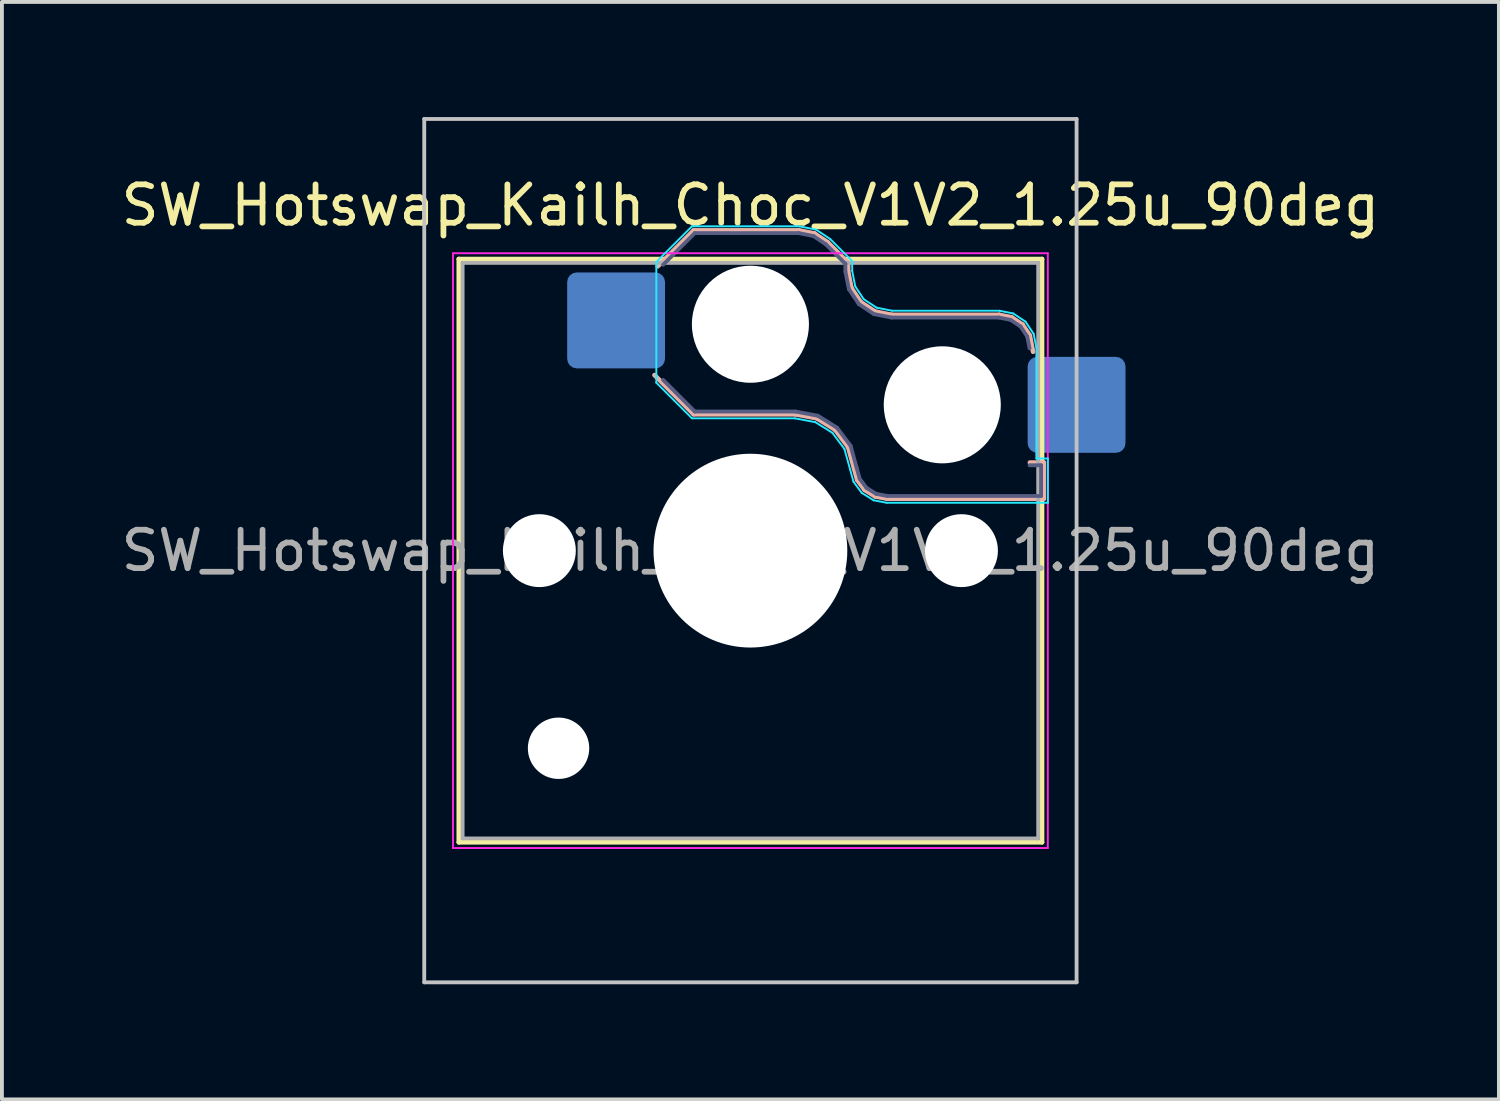
<source format=kicad_pcb>
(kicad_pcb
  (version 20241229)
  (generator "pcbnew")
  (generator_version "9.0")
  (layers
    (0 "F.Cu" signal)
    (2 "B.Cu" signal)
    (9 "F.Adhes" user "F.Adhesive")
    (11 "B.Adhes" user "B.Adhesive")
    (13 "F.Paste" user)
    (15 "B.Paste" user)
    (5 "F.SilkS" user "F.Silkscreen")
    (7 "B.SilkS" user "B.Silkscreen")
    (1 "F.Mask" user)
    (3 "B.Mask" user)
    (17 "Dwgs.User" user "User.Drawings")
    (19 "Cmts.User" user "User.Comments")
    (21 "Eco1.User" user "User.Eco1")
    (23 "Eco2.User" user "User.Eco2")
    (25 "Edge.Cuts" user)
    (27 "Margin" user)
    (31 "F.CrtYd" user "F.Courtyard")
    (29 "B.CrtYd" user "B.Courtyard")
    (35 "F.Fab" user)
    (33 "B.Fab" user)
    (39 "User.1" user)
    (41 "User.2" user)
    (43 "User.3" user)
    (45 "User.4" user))
  (footprint "SW_Hotswap_Kailh_Choc_V1V2_1.25u_90deg"
    (layer "F.Cu")
    (at 16.506 11.3)
    (property "Reference" "SW_Hotswap_Kailh_Choc_V1V2_1.25u_90deg" (at 0 -9 0) (layer "F.SilkS") (effects (font (size 1 1) (thickness 0.15))))
    (attr smd)
    (fp_line (start -7.6 -7.6) (end -7.6 7.6) (stroke (width 0.12) (type solid)) (layer "F.SilkS"))
    (fp_line (start -7.6 7.6) (end 7.6 7.6) (stroke (width 0.12) (type solid)) (layer "F.SilkS"))
    (fp_line (start 7.6 -7.6) (end -7.6 -7.6) (stroke (width 0.12) (type solid)) (layer "F.SilkS"))
    (fp_line (start 7.6 7.6) (end 7.6 -7.6) (stroke (width 0.12) (type solid)) (layer "F.SilkS"))
    (fp_line (start -2.416 -7.409) (end -1.479 -8.346) (stroke (width 0.12) (type solid)) (layer "B.SilkS"))
    (fp_line (start -1.479 -8.346) (end 1.268 -8.346) (stroke (width 0.12) (type solid)) (layer "B.SilkS"))
    (fp_line (start -1.479 -3.554) (end -2.5 -4.575) (stroke (width 0.12) (type solid)) (layer "B.SilkS"))
    (fp_line (start 1.168 -3.554) (end -1.479 -3.554) (stroke (width 0.12) (type solid)) (layer "B.SilkS"))
    (fp_line (start 1.268 -8.346) (end 1.671 -8.266) (stroke (width 0.12) (type solid)) (layer "B.SilkS"))
    (fp_line (start 1.671 -8.266) (end 2.013 -8.037) (stroke (width 0.12) (type solid)) (layer "B.SilkS"))
    (fp_line (start 1.73 -3.449) (end 1.168 -3.554) (stroke (width 0.12) (type solid)) (layer "B.SilkS"))
    (fp_line (start 2.013 -8.037) (end 2.546 -7.504) (stroke (width 0.12) (type solid)) (layer "B.SilkS"))
    (fp_line (start 2.209 -3.15) (end 1.73 -3.449) (stroke (width 0.12) (type solid)) (layer "B.SilkS"))
    (fp_line (start 2.546 -7.504) (end 2.546 -7.282) (stroke (width 0.12) (type solid)) (layer "B.SilkS"))
    (fp_line (start 2.546 -7.282) (end 2.633 -6.844) (stroke (width 0.12) (type solid)) (layer "B.SilkS"))
    (fp_line (start 2.547 -2.697) (end 2.209 -3.15) (stroke (width 0.12) (type solid)) (layer "B.SilkS"))
    (fp_line (start 2.633 -6.844) (end 2.877 -6.477) (stroke (width 0.12) (type solid)) (layer "B.SilkS"))
    (fp_line (start 2.701 -2.139) (end 2.547 -2.697) (stroke (width 0.12) (type solid)) (layer "B.SilkS"))
    (fp_line (start 2.783 -1.841) (end 2.701 -2.139) (stroke (width 0.12) (type solid)) (layer "B.SilkS"))
    (fp_line (start 2.877 -6.477) (end 3.244 -6.233) (stroke (width 0.12) (type solid)) (layer "B.SilkS"))
    (fp_line (start 2.976 -1.583) (end 2.783 -1.841) (stroke (width 0.12) (type solid)) (layer "B.SilkS"))
    (fp_line (start 3.244 -6.233) (end 3.682 -6.146) (stroke (width 0.12) (type solid)) (layer "B.SilkS"))
    (fp_line (start 3.25 -1.413) (end 2.976 -1.583) (stroke (width 0.12) (type solid)) (layer "B.SilkS"))
    (fp_line (start 3.56 -1.354) (end 3.25 -1.413) (stroke (width 0.12) (type solid)) (layer "B.SilkS"))
    (fp_line (start 3.682 -6.146) (end 6.482 -6.146) (stroke (width 0.12) (type solid)) (layer "B.SilkS"))
    (fp_line (start 6.482 -6.146) (end 6.809 -6.081) (stroke (width 0.12) (type solid)) (layer "B.SilkS"))
    (fp_line (start 6.809 -6.081) (end 7.092 -5.892) (stroke (width 0.12) (type solid)) (layer "B.SilkS"))
    (fp_line (start 7.092 -5.892) (end 7.281 -5.609) (stroke (width 0.12) (type solid)) (layer "B.SilkS"))
    (fp_line (start 7.281 -5.609) (end 7.366 -5.182) (stroke (width 0.12) (type solid)) (layer "B.SilkS"))
    (fp_line (start 7.283 -2.296) (end 7.646 -2.296) (stroke (width 0.12) (type solid)) (layer "B.SilkS"))
    (fp_line (start 7.646 -2.296) (end 7.646 -1.354) (stroke (width 0.12) (type solid)) (layer "B.SilkS"))
    (fp_line (start 7.646 -1.354) (end 3.56 -1.354) (stroke (width 0.12) (type solid)) (layer "B.SilkS"))
    (fp_line (start -8.5 -11.25) (end 8.5 -11.25) (stroke (width 0.1) (type solid)) (layer "Dwgs.User"))
    (fp_line (start -8.5 11.25) (end -8.5 -11.25) (stroke (width 0.1) (type solid)) (layer "Dwgs.User"))
    (fp_line (start 8.5 -11.25) (end 8.5 11.25) (stroke (width 0.1) (type solid)) (layer "Dwgs.User"))
    (fp_line (start 8.5 11.25) (end -8.5 11.25) (stroke (width 0.1) (type solid)) (layer "Dwgs.User"))
    (fp_line (start -7.25 -7.25) (end -7.25 7.25) (stroke (width 0.1) (type solid)) (layer "Eco1.User"))
    (fp_line (start -7.25 7.25) (end 7.25 7.25) (stroke (width 0.1) (type solid)) (layer "Eco1.User"))
    (fp_line (start 7.25 -7.25) (end -7.25 -7.25) (stroke (width 0.1) (type solid)) (layer "Eco1.User"))
    (fp_line (start 7.25 7.25) (end 7.25 -7.25) (stroke (width 0.1) (type solid)) (layer "Eco1.User"))
    (fp_line (start -2.452 -7.523) (end -1.523 -8.452) (stroke (width 0.05) (type solid)) (layer "B.CrtYd"))
    (fp_line (start -2.452 -4.377) (end -2.452 -7.523) (stroke (width 0.05) (type solid)) (layer "B.CrtYd"))
    (fp_line (start -1.523 -8.452) (end 1.278 -8.452) (stroke (width 0.05) (type solid)) (layer "B.CrtYd"))
    (fp_line (start -1.523 -3.448) (end -2.452 -4.377) (stroke (width 0.05) (type solid)) (layer "B.CrtYd"))
    (fp_line (start 1.159 -3.448) (end -1.523 -3.448) (stroke (width 0.05) (type solid)) (layer "B.CrtYd"))
    (fp_line (start 1.278 -8.452) (end 1.712 -8.366) (stroke (width 0.05) (type solid)) (layer "B.CrtYd"))
    (fp_line (start 1.691 -3.348) (end 1.159 -3.448) (stroke (width 0.05) (type solid)) (layer "B.CrtYd"))
    (fp_line (start 1.712 -8.366) (end 2.081 -8.119) (stroke (width 0.05) (type solid)) (layer "B.CrtYd"))
    (fp_line (start 2.081 -8.119) (end 2.652 -7.548) (stroke (width 0.05) (type solid)) (layer "B.CrtYd"))
    (fp_line (start 2.136 -3.071) (end 1.691 -3.348) (stroke (width 0.05) (type solid)) (layer "B.CrtYd"))
    (fp_line (start 2.45 -2.65) (end 2.136 -3.071) (stroke (width 0.05) (type solid)) (layer "B.CrtYd"))
    (fp_line (start 2.599 -2.111) (end 2.45 -2.65) (stroke (width 0.05) (type solid)) (layer "B.CrtYd"))
    (fp_line (start 2.652 -7.548) (end 2.652 -7.292) (stroke (width 0.05) (type solid)) (layer "B.CrtYd"))
    (fp_line (start 2.652 -7.292) (end 2.733 -6.885) (stroke (width 0.05) (type solid)) (layer "B.CrtYd"))
    (fp_line (start 2.687 -1.794) (end 2.599 -2.111) (stroke (width 0.05) (type solid)) (layer "B.CrtYd"))
    (fp_line (start 2.733 -6.885) (end 2.953 -6.553) (stroke (width 0.05) (type solid)) (layer "B.CrtYd"))
    (fp_line (start 2.903 -1.503) (end 2.687 -1.794) (stroke (width 0.05) (type solid)) (layer "B.CrtYd"))
    (fp_line (start 2.953 -6.553) (end 3.285 -6.333) (stroke (width 0.05) (type solid)) (layer "B.CrtYd"))
    (fp_line (start 3.211 -1.312) (end 2.903 -1.503) (stroke (width 0.05) (type solid)) (layer "B.CrtYd"))
    (fp_line (start 3.285 -6.333) (end 3.692 -6.252) (stroke (width 0.05) (type solid)) (layer "B.CrtYd"))
    (fp_line (start 3.55 -1.248) (end 3.211 -1.312) (stroke (width 0.05) (type solid)) (layer "B.CrtYd"))
    (fp_line (start 3.692 -6.252) (end 6.492 -6.252) (stroke (width 0.05) (type solid)) (layer "B.CrtYd"))
    (fp_line (start 6.492 -6.252) (end 6.85 -6.181) (stroke (width 0.05) (type solid)) (layer "B.CrtYd"))
    (fp_line (start 6.85 -6.181) (end 7.168 -5.968) (stroke (width 0.05) (type solid)) (layer "B.CrtYd"))
    (fp_line (start 7.168 -5.968) (end 7.381 -5.65) (stroke (width 0.05) (type solid)) (layer "B.CrtYd"))
    (fp_line (start 7.381 -5.65) (end 7.452 -5.292) (stroke (width 0.05) (type solid)) (layer "B.CrtYd"))
    (fp_line (start 7.452 -5.292) (end 7.452 -2.402) (stroke (width 0.05) (type solid)) (layer "B.CrtYd"))
    (fp_line (start 7.452 -2.402) (end 7.752 -2.402) (stroke (width 0.05) (type solid)) (layer "B.CrtYd"))
    (fp_line (start 7.752 -2.402) (end 7.752 -1.248) (stroke (width 0.05) (type solid)) (layer "B.CrtYd"))
    (fp_line (start 7.752 -1.248) (end 3.55 -1.248) (stroke (width 0.05) (type solid)) (layer "B.CrtYd"))
    (fp_line (start -7.75 -7.75) (end -7.75 7.75) (stroke (width 0.05) (type solid)) (layer "F.CrtYd"))
    (fp_line (start -7.75 7.75) (end 7.75 7.75) (stroke (width 0.05) (type solid)) (layer "F.CrtYd"))
    (fp_line (start 7.75 -7.75) (end -7.75 -7.75) (stroke (width 0.05) (type solid)) (layer "F.CrtYd"))
    (fp_line (start 7.75 7.75) (end 7.75 -7.75) (stroke (width 0.05) (type solid)) (layer "F.CrtYd"))
    (fp_line (start -2.275 -7.45) (end -1.45 -8.275) (stroke (width 0.1) (type solid)) (layer "B.Fab"))
    (fp_line (start -1.45 -8.275) (end 1.261 -8.275) (stroke (width 0.1) (type solid)) (layer "B.Fab"))
    (fp_line (start -1.45 -3.625) (end -2.275 -4.45) (stroke (width 0.1) (type solid)) (layer "B.Fab"))
    (fp_line (start 1.175 -3.625) (end -1.45 -3.625) (stroke (width 0.1) (type solid)) (layer "B.Fab"))
    (fp_line (start 1.261 -8.275) (end 1.643 -8.199) (stroke (width 0.1) (type solid)) (layer "B.Fab"))
    (fp_line (start 1.643 -8.199) (end 1.968 -7.982) (stroke (width 0.1) (type solid)) (layer "B.Fab"))
    (fp_line (start 1.756 -3.516) (end 1.175 -3.625) (stroke (width 0.1) (type solid)) (layer "B.Fab"))
    (fp_line (start 1.968 -7.982) (end 2.475 -7.475) (stroke (width 0.1) (type solid)) (layer "B.Fab"))
    (fp_line (start 2.258 -3.203) (end 1.756 -3.516) (stroke (width 0.1) (type solid)) (layer "B.Fab"))
    (fp_line (start 2.475 -7.475) (end 2.475 -7.275) (stroke (width 0.1) (type solid)) (layer "B.Fab"))
    (fp_line (start 2.475 -7.275) (end 2.566 -6.816) (stroke (width 0.1) (type solid)) (layer "B.Fab"))
    (fp_line (start 2.566 -6.816) (end 2.826 -6.426) (stroke (width 0.1) (type solid)) (layer "B.Fab"))
    (fp_line (start 2.612 -2.729) (end 2.258 -3.203) (stroke (width 0.1) (type solid)) (layer "B.Fab"))
    (fp_line (start 2.769 -2.158) (end 2.612 -2.729) (stroke (width 0.1) (type solid)) (layer "B.Fab"))
    (fp_line (start 2.826 -6.426) (end 3.216 -6.166) (stroke (width 0.1) (type solid)) (layer "B.Fab"))
    (fp_line (start 2.848 -1.873) (end 2.769 -2.158) (stroke (width 0.1) (type solid)) (layer "B.Fab"))
    (fp_line (start 3.025 -1.636) (end 2.848 -1.873) (stroke (width 0.1) (type solid)) (layer "B.Fab"))
    (fp_line (start 3.216 -6.166) (end 3.675 -6.075) (stroke (width 0.1) (type solid)) (layer "B.Fab"))
    (fp_line (start 3.276 -1.48) (end 3.025 -1.636) (stroke (width 0.1) (type solid)) (layer "B.Fab"))
    (fp_line (start 3.567 -1.425) (end 3.276 -1.48) (stroke (width 0.1) (type solid)) (layer "B.Fab"))
    (fp_line (start 3.675 -6.075) (end 6.475 -6.075) (stroke (width 0.1) (type solid)) (layer "B.Fab"))
    (fp_line (start 6.475 -6.075) (end 6.781 -6.014) (stroke (width 0.1) (type solid)) (layer "B.Fab"))
    (fp_line (start 6.781 -6.014) (end 7.041 -5.841) (stroke (width 0.1) (type solid)) (layer "B.Fab"))
    (fp_line (start 7.041 -5.841) (end 7.214 -5.581) (stroke (width 0.1) (type solid)) (layer "B.Fab"))
    (fp_line (start 7.214 -5.581) (end 7.275 -5.275) (stroke (width 0.1) (type solid)) (layer "B.Fab"))
    (fp_line (start 7.275 -2.225) (end 7.575 -2.225) (stroke (width 0.1) (type solid)) (layer "B.Fab"))
    (fp_line (start 7.575 -2.225) (end 7.575 -1.425) (stroke (width 0.1) (type solid)) (layer "B.Fab"))
    (fp_line (start 7.575 -1.425) (end 3.567 -1.425) (stroke (width 0.1) (type solid)) (layer "B.Fab"))
    (fp_line (start -7.5 -7.5) (end -7.5 7.5) (stroke (width 0.1) (type solid)) (layer "F.Fab"))
    (fp_line (start -7.5 7.5) (end 7.5 7.5) (stroke (width 0.1) (type solid)) (layer "F.Fab"))
    (fp_line (start 7.5 -7.5) (end -7.5 -7.5) (stroke (width 0.1) (type solid)) (layer "F.Fab"))
    (fp_line (start 7.5 7.5) (end 7.5 -7.5) (stroke (width 0.1) (type solid)) (layer "F.Fab"))
    (fp_text user "${REFERENCE}" (at 0 0 0) (layer "F.Fab") (effects (font (size 1 1) (thickness 0.15))))
    (pad "" np_thru_hole circle (at -5.5 0) (size 1.9 1.9) (drill 1.9) (layers "*.Cu" "*.Mask"))
    (pad "" np_thru_hole circle (at -5 5.15) (size 1.6 1.6) (drill 1.6) (layers "*.Cu" "*.Mask"))
    (pad "" np_thru_hole circle (at 0 -5.9) (size 3.05 3.05) (drill 3.05) (layers "*.Cu" "*.Mask"))
    (pad "" np_thru_hole circle (at 0 0) (size 5.05 5.05) (drill 5.05) (layers "*.Cu" "*.Mask"))
    (pad "" np_thru_hole circle (at 5 -3.8) (size 3.05 3.05) (drill 3.05) (layers "*.Cu" "*.Mask"))
    (pad "" np_thru_hole circle (at 5.5 0) (size 1.9 1.9) (drill 1.9) (layers "*.Cu" "*.Mask"))
    (pad "1" smd roundrect (at -3.5 -6) (size 2.55 2.5) (layers "B.Cu" "B.Mask" "B.Paste") (roundrect_rratio 0.1))
    (pad "2" smd roundrect (at 8.5 -3.8) (size 2.55 2.5) (layers "B.Cu" "B.Mask" "B.Paste") (roundrect_rratio 0.1)))
  (gr_rect
    (start -3 -3)
    (end 36.012 25.6)
    (stroke (width 0.1) (type default))
    (fill no)
    (layer "Edge.Cuts")))
</source>
